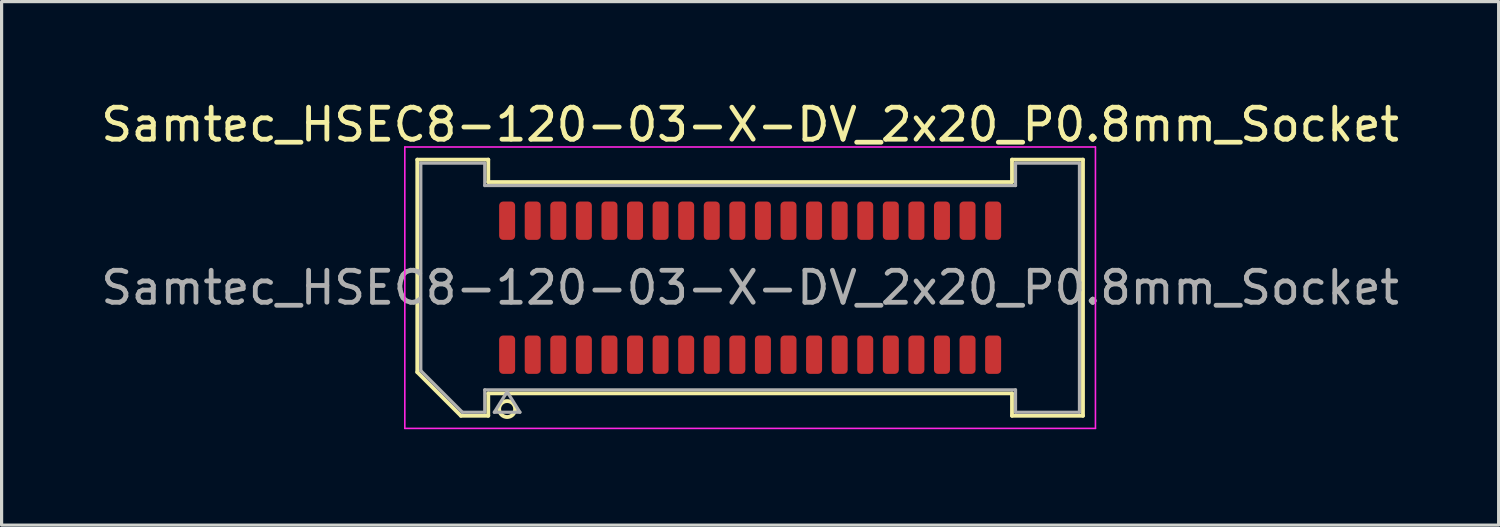
<source format=kicad_pcb>
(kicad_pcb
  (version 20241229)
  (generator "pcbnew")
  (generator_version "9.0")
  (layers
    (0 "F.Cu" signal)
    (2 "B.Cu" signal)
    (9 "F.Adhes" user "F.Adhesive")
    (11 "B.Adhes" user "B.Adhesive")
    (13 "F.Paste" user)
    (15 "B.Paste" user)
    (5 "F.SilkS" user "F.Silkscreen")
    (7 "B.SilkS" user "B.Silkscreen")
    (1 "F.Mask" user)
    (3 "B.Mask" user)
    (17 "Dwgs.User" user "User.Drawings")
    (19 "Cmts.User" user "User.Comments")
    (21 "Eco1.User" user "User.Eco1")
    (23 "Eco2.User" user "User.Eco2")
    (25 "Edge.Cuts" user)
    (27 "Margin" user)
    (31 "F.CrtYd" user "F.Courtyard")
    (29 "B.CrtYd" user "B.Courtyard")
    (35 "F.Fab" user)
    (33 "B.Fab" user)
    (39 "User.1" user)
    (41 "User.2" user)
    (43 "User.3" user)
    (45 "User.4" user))
  (footprint "Samtec_HSEC8-120-03-X-DV_2x20_P0.8mm_Socket"
    (layer "F.Cu")
    (at 20.411 5.948)
    (property "Reference" "Samtec_HSEC8-120-03-X-DV_2x20_P0.8mm_Socket" (at 0 -5.1 0) (layer "F.SilkS") (effects (font (size 1 1) (thickness 0.15))))
    (attr smd)
    (fp_line (start -10.41 -4.005) (end -8.19 -4.005) (stroke (width 0.12) (type solid)) (layer "F.SilkS"))
    (fp_line (start -10.41 2.641) (end -10.41 -4.005) (stroke (width 0.12) (type solid)) (layer "F.SilkS"))
    (fp_line (start -9.046 4.005) (end -10.41 2.641) (stroke (width 0.12) (type solid)) (layer "F.SilkS"))
    (fp_line (start -8.19 -4.005) (end -8.19 -3.305) (stroke (width 0.12) (type solid)) (layer "F.SilkS"))
    (fp_line (start -8.19 -3.305) (end 8.19 -3.305) (stroke (width 0.12) (type solid)) (layer "F.SilkS"))
    (fp_line (start -8.19 3.305) (end -8.19 4.005) (stroke (width 0.12) (type solid)) (layer "F.SilkS"))
    (fp_line (start -8.19 4.005) (end -9.046 4.005) (stroke (width 0.12) (type solid)) (layer "F.SilkS"))
    (fp_line (start 8.19 -4.005) (end 10.41 -4.005) (stroke (width 0.12) (type solid)) (layer "F.SilkS"))
    (fp_line (start 8.19 -3.305) (end 8.19 -4.005) (stroke (width 0.12) (type solid)) (layer "F.SilkS"))
    (fp_line (start 8.19 3.305) (end -8.19 3.305) (stroke (width 0.12) (type solid)) (layer "F.SilkS"))
    (fp_line (start 8.19 4.005) (end 8.19 3.305) (stroke (width 0.12) (type solid)) (layer "F.SilkS"))
    (fp_line (start 10.41 -4.005) (end 10.41 4.005) (stroke (width 0.12) (type solid)) (layer "F.SilkS"))
    (fp_line (start 10.41 4.005) (end 8.19 4.005) (stroke (width 0.12) (type solid)) (layer "F.SilkS"))
    (fp_circle (center -7.6 3.795) (end -7.35 3.795) (stroke (width 0.12) (type solid)) (fill no) (layer "F.SilkS"))
    (fp_line (start -10.8 -4.4) (end -10.8 4.4) (stroke (width 0.05) (type solid)) (layer "F.CrtYd"))
    (fp_line (start -10.8 4.4) (end 10.8 4.4) (stroke (width 0.05) (type solid)) (layer "F.CrtYd"))
    (fp_line (start 10.8 -4.4) (end -10.8 -4.4) (stroke (width 0.05) (type solid)) (layer "F.CrtYd"))
    (fp_line (start 10.8 4.4) (end 10.8 -4.4) (stroke (width 0.05) (type solid)) (layer "F.CrtYd"))
    (fp_line (start -10.3 -3.895) (end -8.3 -3.895) (stroke (width 0.1) (type solid)) (layer "F.Fab"))
    (fp_line (start -10.3 2.595) (end -10.3 -3.895) (stroke (width 0.1) (type solid)) (layer "F.Fab"))
    (fp_line (start -9 3.895) (end -10.3 2.595) (stroke (width 0.1) (type solid)) (layer "F.Fab"))
    (fp_line (start -8.3 -3.895) (end -8.3 -3.195) (stroke (width 0.1) (type solid)) (layer "F.Fab"))
    (fp_line (start -8.3 -3.195) (end 8.3 -3.195) (stroke (width 0.1) (type solid)) (layer "F.Fab"))
    (fp_line (start -8.3 3.195) (end -8.3 3.895) (stroke (width 0.1) (type solid)) (layer "F.Fab"))
    (fp_line (start -8.3 3.895) (end -9 3.895) (stroke (width 0.1) (type solid)) (layer "F.Fab"))
    (fp_line (start -8 3.895) (end -7.6 3.255) (stroke (width 0.1) (type solid)) (layer "F.Fab"))
    (fp_line (start -7.6 3.255) (end -7.2 3.895) (stroke (width 0.1) (type solid)) (layer "F.Fab"))
    (fp_line (start -7.2 3.895) (end -8 3.895) (stroke (width 0.1) (type solid)) (layer "F.Fab"))
    (fp_line (start 8.3 -3.895) (end 10.3 -3.895) (stroke (width 0.1) (type solid)) (layer "F.Fab"))
    (fp_line (start 8.3 -3.195) (end 8.3 -3.895) (stroke (width 0.1) (type solid)) (layer "F.Fab"))
    (fp_line (start 8.3 3.195) (end -8.3 3.195) (stroke (width 0.1) (type solid)) (layer "F.Fab"))
    (fp_line (start 8.3 3.895) (end 8.3 3.195) (stroke (width 0.1) (type solid)) (layer "F.Fab"))
    (fp_line (start 10.3 -3.895) (end 10.3 3.895) (stroke (width 0.1) (type solid)) (layer "F.Fab"))
    (fp_line (start 10.3 3.895) (end 8.3 3.895) (stroke (width 0.1) (type solid)) (layer "F.Fab"))
    (fp_text user "${REFERENCE}" (at 0 0 0) (layer "F.Fab") (effects (font (size 1 1) (thickness 0.15))))
    (pad "1" smd roundrect (at -7.6 2.095) (size 0.5 1.2) (layers "F.Cu" "F.Mask" "F.Paste") (roundrect_rratio 0.25))
    (pad "2" smd roundrect (at -7.6 -2.095) (size 0.5 1.2) (layers "F.Cu" "F.Mask" "F.Paste") (roundrect_rratio 0.25))
    (pad "3" smd roundrect (at -6.8 2.095) (size 0.5 1.2) (layers "F.Cu" "F.Mask" "F.Paste") (roundrect_rratio 0.25))
    (pad "4" smd roundrect (at -6.8 -2.095) (size 0.5 1.2) (layers "F.Cu" "F.Mask" "F.Paste") (roundrect_rratio 0.25))
    (pad "5" smd roundrect (at -6 2.095) (size 0.5 1.2) (layers "F.Cu" "F.Mask" "F.Paste") (roundrect_rratio 0.25))
    (pad "6" smd roundrect (at -6 -2.095) (size 0.5 1.2) (layers "F.Cu" "F.Mask" "F.Paste") (roundrect_rratio 0.25))
    (pad "7" smd roundrect (at -5.2 2.095) (size 0.5 1.2) (layers "F.Cu" "F.Mask" "F.Paste") (roundrect_rratio 0.25))
    (pad "8" smd roundrect (at -5.2 -2.095) (size 0.5 1.2) (layers "F.Cu" "F.Mask" "F.Paste") (roundrect_rratio 0.25))
    (pad "9" smd roundrect (at -4.4 2.095) (size 0.5 1.2) (layers "F.Cu" "F.Mask" "F.Paste") (roundrect_rratio 0.25))
    (pad "10" smd roundrect (at -4.4 -2.095) (size 0.5 1.2) (layers "F.Cu" "F.Mask" "F.Paste") (roundrect_rratio 0.25))
    (pad "11" smd roundrect (at -3.6 2.095) (size 0.5 1.2) (layers "F.Cu" "F.Mask" "F.Paste") (roundrect_rratio 0.25))
    (pad "12" smd roundrect (at -3.6 -2.095) (size 0.5 1.2) (layers "F.Cu" "F.Mask" "F.Paste") (roundrect_rratio 0.25))
    (pad "13" smd roundrect (at -2.8 2.095) (size 0.5 1.2) (layers "F.Cu" "F.Mask" "F.Paste") (roundrect_rratio 0.25))
    (pad "14" smd roundrect (at -2.8 -2.095) (size 0.5 1.2) (layers "F.Cu" "F.Mask" "F.Paste") (roundrect_rratio 0.25))
    (pad "15" smd roundrect (at -2 2.095) (size 0.5 1.2) (layers "F.Cu" "F.Mask" "F.Paste") (roundrect_rratio 0.25))
    (pad "16" smd roundrect (at -2 -2.095) (size 0.5 1.2) (layers "F.Cu" "F.Mask" "F.Paste") (roundrect_rratio 0.25))
    (pad "17" smd roundrect (at -1.2 2.095) (size 0.5 1.2) (layers "F.Cu" "F.Mask" "F.Paste") (roundrect_rratio 0.25))
    (pad "18" smd roundrect (at -1.2 -2.095) (size 0.5 1.2) (layers "F.Cu" "F.Mask" "F.Paste") (roundrect_rratio 0.25))
    (pad "19" smd roundrect (at -0.4 2.095) (size 0.5 1.2) (layers "F.Cu" "F.Mask" "F.Paste") (roundrect_rratio 0.25))
    (pad "20" smd roundrect (at -0.4 -2.095) (size 0.5 1.2) (layers "F.Cu" "F.Mask" "F.Paste") (roundrect_rratio 0.25))
    (pad "21" smd roundrect (at 0.4 2.095) (size 0.5 1.2) (layers "F.Cu" "F.Mask" "F.Paste") (roundrect_rratio 0.25))
    (pad "22" smd roundrect (at 0.4 -2.095) (size 0.5 1.2) (layers "F.Cu" "F.Mask" "F.Paste") (roundrect_rratio 0.25))
    (pad "23" smd roundrect (at 1.2 2.095) (size 0.5 1.2) (layers "F.Cu" "F.Mask" "F.Paste") (roundrect_rratio 0.25))
    (pad "24" smd roundrect (at 1.2 -2.095) (size 0.5 1.2) (layers "F.Cu" "F.Mask" "F.Paste") (roundrect_rratio 0.25))
    (pad "25" smd roundrect (at 2 2.095) (size 0.5 1.2) (layers "F.Cu" "F.Mask" "F.Paste") (roundrect_rratio 0.25))
    (pad "26" smd roundrect (at 2 -2.095) (size 0.5 1.2) (layers "F.Cu" "F.Mask" "F.Paste") (roundrect_rratio 0.25))
    (pad "27" smd roundrect (at 2.8 2.095) (size 0.5 1.2) (layers "F.Cu" "F.Mask" "F.Paste") (roundrect_rratio 0.25))
    (pad "28" smd roundrect (at 2.8 -2.095) (size 0.5 1.2) (layers "F.Cu" "F.Mask" "F.Paste") (roundrect_rratio 0.25))
    (pad "29" smd roundrect (at 3.6 2.095) (size 0.5 1.2) (layers "F.Cu" "F.Mask" "F.Paste") (roundrect_rratio 0.25))
    (pad "30" smd roundrect (at 3.6 -2.095) (size 0.5 1.2) (layers "F.Cu" "F.Mask" "F.Paste") (roundrect_rratio 0.25))
    (pad "31" smd roundrect (at 4.4 2.095) (size 0.5 1.2) (layers "F.Cu" "F.Mask" "F.Paste") (roundrect_rratio 0.25))
    (pad "32" smd roundrect (at 4.4 -2.095) (size 0.5 1.2) (layers "F.Cu" "F.Mask" "F.Paste") (roundrect_rratio 0.25))
    (pad "33" smd roundrect (at 5.2 2.095) (size 0.5 1.2) (layers "F.Cu" "F.Mask" "F.Paste") (roundrect_rratio 0.25))
    (pad "34" smd roundrect (at 5.2 -2.095) (size 0.5 1.2) (layers "F.Cu" "F.Mask" "F.Paste") (roundrect_rratio 0.25))
    (pad "35" smd roundrect (at 6 2.095) (size 0.5 1.2) (layers "F.Cu" "F.Mask" "F.Paste") (roundrect_rratio 0.25))
    (pad "36" smd roundrect (at 6 -2.095) (size 0.5 1.2) (layers "F.Cu" "F.Mask" "F.Paste") (roundrect_rratio 0.25))
    (pad "37" smd roundrect (at 6.8 2.095) (size 0.5 1.2) (layers "F.Cu" "F.Mask" "F.Paste") (roundrect_rratio 0.25))
    (pad "38" smd roundrect (at 6.8 -2.095) (size 0.5 1.2) (layers "F.Cu" "F.Mask" "F.Paste") (roundrect_rratio 0.25))
    (pad "39" smd roundrect (at 7.6 2.095) (size 0.5 1.2) (layers "F.Cu" "F.Mask" "F.Paste") (roundrect_rratio 0.25))
    (pad "40" smd roundrect (at 7.6 -2.095) (size 0.5 1.2) (layers "F.Cu" "F.Mask" "F.Paste") (roundrect_rratio 0.25)))
  (gr_rect
    (start -3 -3)
    (end 43.821 13.373)
    (stroke (width 0.1) (type default))
    (fill no)
    (layer "Edge.Cuts")))
</source>
